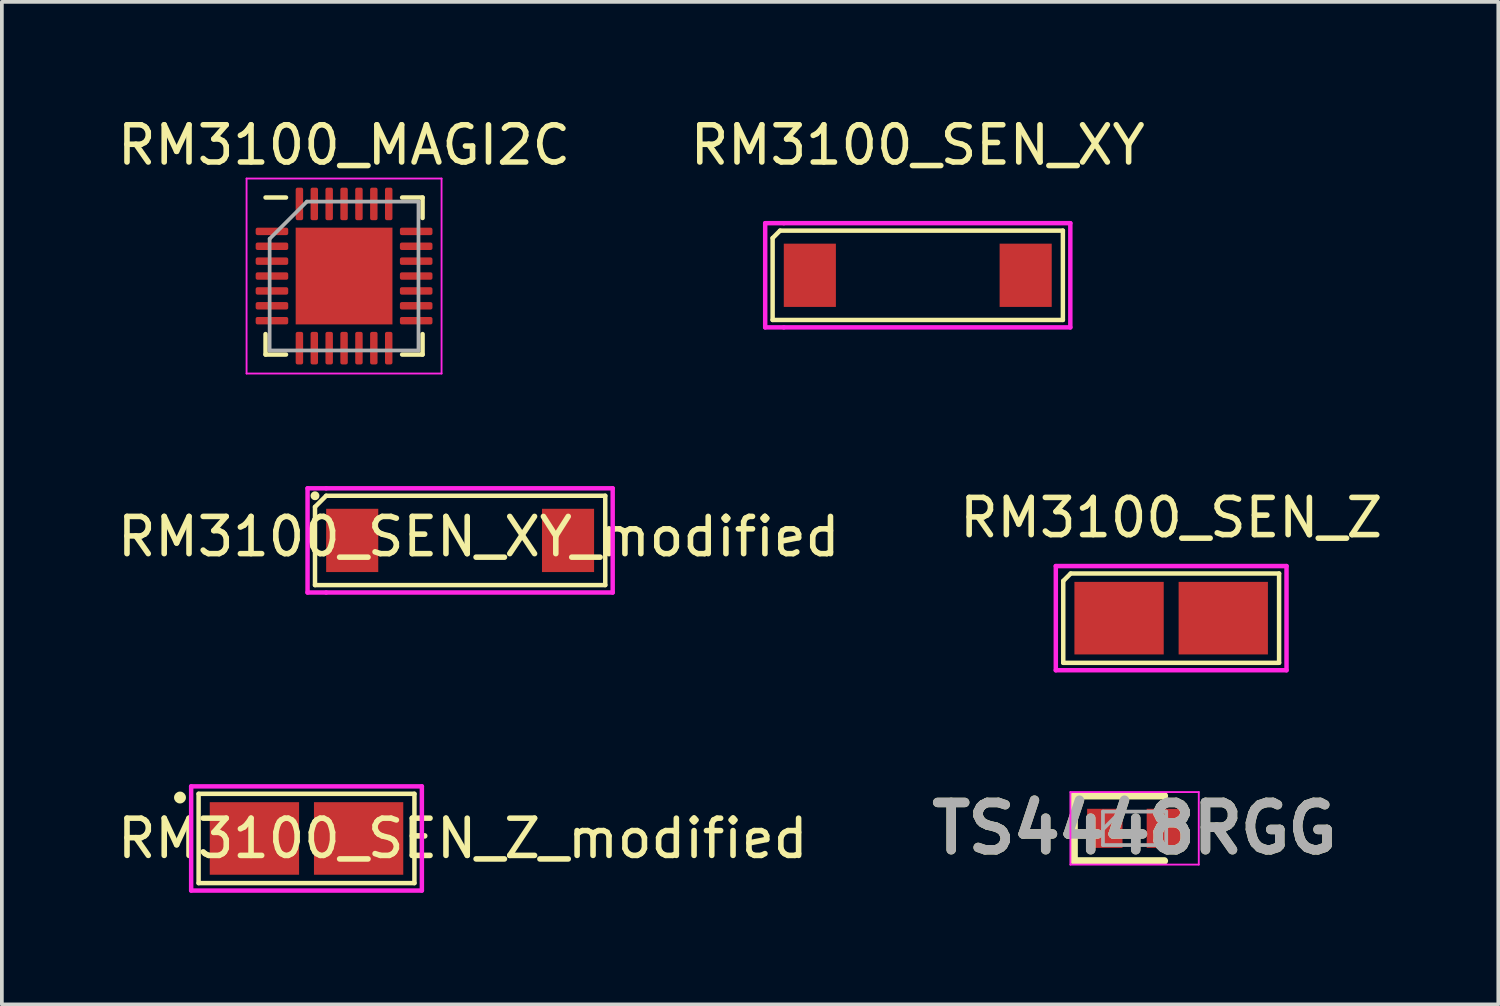
<source format=kicad_pcb>
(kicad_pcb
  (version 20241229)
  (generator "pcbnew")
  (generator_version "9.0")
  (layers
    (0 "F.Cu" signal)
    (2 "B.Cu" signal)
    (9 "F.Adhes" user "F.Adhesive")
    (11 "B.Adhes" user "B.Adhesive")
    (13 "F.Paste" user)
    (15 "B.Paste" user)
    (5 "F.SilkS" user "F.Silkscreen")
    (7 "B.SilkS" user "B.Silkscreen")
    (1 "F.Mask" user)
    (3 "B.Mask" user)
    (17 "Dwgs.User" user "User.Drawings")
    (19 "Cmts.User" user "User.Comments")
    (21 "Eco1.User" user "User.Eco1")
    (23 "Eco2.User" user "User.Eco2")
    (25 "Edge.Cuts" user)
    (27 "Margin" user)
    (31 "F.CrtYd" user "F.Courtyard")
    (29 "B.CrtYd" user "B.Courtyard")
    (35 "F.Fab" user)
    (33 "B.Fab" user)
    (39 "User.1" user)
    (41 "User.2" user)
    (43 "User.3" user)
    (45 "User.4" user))
  (footprint "RM3100_SEN_XY_modified"
    (layer "F.Cu")
    (at 9.315 11.473)
    (property "Reference" "RM3100_SEN_XY_modified" (at 0.5 -0.1 0) (layer "F.SilkS") (effects (font (size 1 1) (thickness 0.15))))
    (attr through_hole)
    (fp_poly (pts (xy -2.075 0.975) (xy -3.725 0.975) (xy -3.725 -0.975) (xy -2.075 -0.975)) (stroke (width 0) (type solid)) (fill yes) (layer "F.Mask"))
    (fp_poly (pts (xy 3.725 0.975) (xy 2.075 0.975) (xy 2.075 -0.975) (xy 3.725 -0.975)) (stroke (width 0) (type solid)) (fill yes) (layer "F.Mask"))
    (fp_line (start -3.9 -0.9) (end -3.6 -1.2) (stroke (width 0.12) (type solid)) (layer "F.SilkS"))
    (fp_line (start -3.9 1.2) (end -3.9 -0.9) (stroke (width 0.12) (type solid)) (layer "F.SilkS"))
    (fp_line (start -3.6 -1.2) (end 3.9 -1.2) (stroke (width 0.12) (type solid)) (layer "F.SilkS"))
    (fp_line (start 3.9 -1.2) (end 3.9 1.2) (stroke (width 0.12) (type solid)) (layer "F.SilkS"))
    (fp_line (start 3.9 1.2) (end -3.9 1.2) (stroke (width 0.12) (type solid)) (layer "F.SilkS"))
    (fp_circle (center -3.9 -1.2) (end -3.9 -1.2) (stroke (width 0.12) (type solid)) (fill no) (layer "F.SilkS"))
    (fp_poly (pts (xy -2.4 0.55) (xy -2.9 0.55) (xy -2.9 -0.55) (xy -2.4 -0.55)) (stroke (width 0.12) (type solid)) (fill yes) (layer "F.Paste"))
    (fp_poly (pts (xy 2.9 0.55) (xy 2.4 0.55) (xy 2.4 -0.55) (xy 2.9 -0.55)) (stroke (width 0.12) (type solid)) (fill yes) (layer "F.Paste"))
    (fp_line (start -4.1 -1.4) (end -3.6 -1.4) (stroke (width 0.12) (type solid)) (layer "F.CrtYd"))
    (fp_line (start -4.1 1.4) (end -4.1 -1.4) (stroke (width 0.12) (type solid)) (layer "F.CrtYd"))
    (fp_line (start -3.6 -1.4) (end 4.1 -1.4) (stroke (width 0.12) (type solid)) (layer "F.CrtYd"))
    (fp_line (start -3.6 1.4) (end -4.1 1.4) (stroke (width 0.12) (type solid)) (layer "F.CrtYd"))
    (fp_line (start 4.1 -1.4) (end 4.1 1.4) (stroke (width 0.12) (type solid)) (layer "F.CrtYd"))
    (fp_line (start 4.1 1.4) (end -3.6 1.4) (stroke (width 0.12) (type solid)) (layer "F.CrtYd"))
    (pad "1" smd rect (at -2.9 0) (size 1.4 1.7) (layers "F.Cu"))
    (pad "2" smd rect (at 2.9 0) (size 1.4 1.7) (layers "F.Cu")))
  (footprint "TS4448RGG"
    (layer "F.Cu")
    (at 27.44 19.21)
    (property "Reference" "TS4448RGG" (at 0 0 0) (layer "F.SilkS") (effects (font (size 1.27 1.27) (thickness 0.254))))
    (attr smd)
    (fp_line (start -1.625 -0.875) (end -1.625 0.875) (stroke (width 0.2) (type solid)) (layer "F.SilkS"))
    (fp_line (start -1.625 0.875) (end 0.8 0.875) (stroke (width 0.2) (type solid)) (layer "F.SilkS"))
    (fp_line (start 0.8 -0.875) (end -1.625 -0.875) (stroke (width 0.2) (type solid)) (layer "F.SilkS"))
    (fp_line (start -1.725 -0.975) (end 1.725 -0.975) (stroke (width 0.05) (type solid)) (layer "F.CrtYd"))
    (fp_line (start -1.725 0.975) (end -1.725 -0.975) (stroke (width 0.05) (type solid)) (layer "F.CrtYd"))
    (fp_line (start 1.725 -0.975) (end 1.725 0.975) (stroke (width 0.05) (type solid)) (layer "F.CrtYd"))
    (fp_line (start 1.725 0.975) (end -1.725 0.975) (stroke (width 0.05) (type solid)) (layer "F.CrtYd"))
    (fp_line (start -0.85 -0.45) (end 0.85 -0.45) (stroke (width 0.1) (type solid)) (layer "F.Fab"))
    (fp_line (start -0.85 0.025) (end -0.375 -0.45) (stroke (width 0.1) (type solid)) (layer "F.Fab"))
    (fp_line (start -0.85 0.45) (end -0.85 -0.45) (stroke (width 0.1) (type solid)) (layer "F.Fab"))
    (fp_line (start 0.85 -0.45) (end 0.85 0.45) (stroke (width 0.1) (type solid)) (layer "F.Fab"))
    (fp_line (start 0.85 0.45) (end -0.85 0.45) (stroke (width 0.1) (type solid)) (layer "F.Fab"))
    (fp_text user "${REFERENCE}" (at 0 0 0) (layer "F.Fab") (effects (font (size 1.27 1.27) (thickness 0.254))))
    (pad "1" smd rect (at -0.8 0) (size 0.95 1.05) (layers "F.Cu" "F.Mask" "F.Paste"))
    (pad "2" smd rect (at 0.8 0) (size 0.95 1.05) (layers "F.Cu" "F.Mask" "F.Paste")))
  (footprint "RM3100_SEN_Z"
    (layer "F.Cu")
    (at 28.423 13.562)
    (property "Reference" "RM3100_SEN_Z" (at 0 -2.7 0) (layer "F.SilkS") (effects (font (size 1 1) (thickness 0.15))))
    (attr through_hole)
    (fp_line (start -2.9 -1) (end -2.7 -1.2) (stroke (width 0.12) (type solid)) (layer "F.SilkS"))
    (fp_line (start -2.9 1.2) (end -2.9 -1) (stroke (width 0.12) (type solid)) (layer "F.SilkS"))
    (fp_line (start -2.7 -1.2) (end 2.9 -1.2) (stroke (width 0.12) (type solid)) (layer "F.SilkS"))
    (fp_line (start 2.9 -1.2) (end 2.9 1.2) (stroke (width 0.12) (type solid)) (layer "F.SilkS"))
    (fp_line (start 2.9 1.2) (end -2.9 1.2) (stroke (width 0.12) (type solid)) (layer "F.SilkS"))
    (fp_line (start -3.1 1.4) (end -3.1 -1.4) (stroke (width 0.12) (type solid)) (layer "F.CrtYd"))
    (fp_line (start -3.1 1.4) (end 3.1 1.4) (stroke (width 0.12) (type solid)) (layer "F.CrtYd"))
    (fp_line (start 3.1 -1.4) (end -3.1 -1.4) (stroke (width 0.12) (type solid)) (layer "F.CrtYd"))
    (fp_line (start 3.1 -1.4) (end 3.1 1.4) (stroke (width 0.12) (type solid)) (layer "F.CrtYd"))
    (pad "1" smd rect (at -1.4 0) (size 2.4 1.95) (layers "F.Cu" "F.Mask" "F.Paste"))
    (pad "2" smd rect (at 1.4 0) (size 2.4 1.95) (layers "F.Cu" "F.Mask" "F.Paste")))
  (footprint "RM3100_SEN_XY"
    (layer "F.Cu")
    (at 21.613 4.348)
    (property "Reference" "RM3100_SEN_XY" (at 0 -3.5 0) (layer "F.SilkS") (effects (font (size 1 1) (thickness 0.15))))
    (attr through_hole)
    (fp_line (start -3.9 -1) (end -3.7 -1.2) (stroke (width 0.12) (type solid)) (layer "F.SilkS"))
    (fp_line (start -3.9 1.2) (end -3.9 -1) (stroke (width 0.12) (type solid)) (layer "F.SilkS"))
    (fp_line (start -3.7 -1.2) (end 3.9 -1.2) (stroke (width 0.12) (type solid)) (layer "F.SilkS"))
    (fp_line (start 3.9 -1.2) (end 3.9 1.2) (stroke (width 0.12) (type solid)) (layer "F.SilkS"))
    (fp_line (start 3.9 1.2) (end -3.9 1.2) (stroke (width 0.12) (type solid)) (layer "F.SilkS"))
    (fp_line (start -4.1 -1.4) (end -3.6 -1.4) (stroke (width 0.12) (type solid)) (layer "F.CrtYd"))
    (fp_line (start -4.1 1.4) (end -4.1 -1.4) (stroke (width 0.12) (type solid)) (layer "F.CrtYd"))
    (fp_line (start -3.6 -1.4) (end 4.1 -1.4) (stroke (width 0.12) (type solid)) (layer "F.CrtYd"))
    (fp_line (start -3.6 1.4) (end -4.1 1.4) (stroke (width 0.12) (type solid)) (layer "F.CrtYd"))
    (fp_line (start 4.1 -1.4) (end 4.1 1.4) (stroke (width 0.12) (type solid)) (layer "F.CrtYd"))
    (fp_line (start 4.1 1.4) (end -3.6 1.4) (stroke (width 0.12) (type solid)) (layer "F.CrtYd"))
    (pad "1" smd rect (at -2.9 0) (size 1.4 1.7) (layers "F.Cu" "F.Mask" "F.Paste"))
    (pad "2" smd rect (at 2.9 0) (size 1.4 1.7) (layers "F.Cu" "F.Mask" "F.Paste")))
  (footprint "RM3100_MAGI2C"
    (layer "F.Cu")
    (at 6.196 4.368)
    (property "Reference" "RM3100_MAGI2C" (at 0 -3.52 0) (layer "F.SilkS") (effects (font (size 1 1) (thickness 0.15))))
    (attr through_hole)
    (fp_line (start -2.11 2.11) (end -2.11 1.56) (stroke (width 0.12) (type solid)) (layer "F.SilkS"))
    (fp_line (start -1.56 -2.11) (end -2.11 -2.11) (stroke (width 0.12) (type solid)) (layer "F.SilkS"))
    (fp_line (start -1.56 2.11) (end -2.11 2.11) (stroke (width 0.12) (type solid)) (layer "F.SilkS"))
    (fp_line (start 1.56 -2.11) (end 2.11 -2.11) (stroke (width 0.12) (type solid)) (layer "F.SilkS"))
    (fp_line (start 1.56 2.11) (end 2.11 2.11) (stroke (width 0.12) (type solid)) (layer "F.SilkS"))
    (fp_line (start 2.11 -2.11) (end 2.11 -1.56) (stroke (width 0.12) (type solid)) (layer "F.SilkS"))
    (fp_line (start 2.11 2.11) (end 2.11 1.56) (stroke (width 0.12) (type solid)) (layer "F.SilkS"))
    (fp_line (start -2.62 -2.62) (end -2.62 2.62) (stroke (width 0.05) (type solid)) (layer "F.CrtYd"))
    (fp_line (start -2.62 2.62) (end 2.62 2.62) (stroke (width 0.05) (type solid)) (layer "F.CrtYd"))
    (fp_line (start 2.62 -2.62) (end -2.62 -2.62) (stroke (width 0.05) (type solid)) (layer "F.CrtYd"))
    (fp_line (start 2.62 2.62) (end 2.62 -2.62) (stroke (width 0.05) (type solid)) (layer "F.CrtYd"))
    (fp_line (start -2 -1) (end -1 -2) (stroke (width 0.1) (type solid)) (layer "F.Fab"))
    (fp_line (start -2 2) (end -2 -1) (stroke (width 0.1) (type solid)) (layer "F.Fab"))
    (fp_line (start -1 -2) (end 2 -2) (stroke (width 0.1) (type solid)) (layer "F.Fab"))
    (fp_line (start 2 -2) (end 2 2) (stroke (width 0.1) (type solid)) (layer "F.Fab"))
    (fp_line (start 2 2) (end -2 2) (stroke (width 0.1) (type solid)) (layer "F.Fab"))
    (pad "" smd roundrect (at -0.65 -0.65) (size 1.05 1.05) (layers "F.Paste") (roundrect_rratio 0.238))
    (pad "" smd roundrect (at -0.65 0.65) (size 1.05 1.05) (layers "F.Paste") (roundrect_rratio 0.238))
    (pad "" smd roundrect (at 0.65 -0.65) (size 1.05 1.05) (layers "F.Paste") (roundrect_rratio 0.238))
    (pad "" smd roundrect (at 0.65 0.65) (size 1.05 1.05) (layers "F.Paste") (roundrect_rratio 0.238))
    (pad "1" smd roundrect (at -1.938 -1.2) (size 0.875 0.2) (layers "F.Cu" "F.Mask" "F.Paste") (roundrect_rratio 0.25))
    (pad "2" smd roundrect (at -1.938 -0.8) (size 0.875 0.2) (layers "F.Cu" "F.Mask" "F.Paste") (roundrect_rratio 0.25))
    (pad "3" smd roundrect (at -1.938 -0.4) (size 0.875 0.2) (layers "F.Cu" "F.Mask" "F.Paste") (roundrect_rratio 0.25))
    (pad "4" smd roundrect (at -1.938 0) (size 0.875 0.2) (layers "F.Cu" "F.Mask" "F.Paste") (roundrect_rratio 0.25))
    (pad "5" smd roundrect (at -1.938 0.4) (size 0.875 0.2) (layers "F.Cu" "F.Mask" "F.Paste") (roundrect_rratio 0.25))
    (pad "6" smd roundrect (at -1.938 0.8) (size 0.875 0.2) (layers "F.Cu" "F.Mask" "F.Paste") (roundrect_rratio 0.25))
    (pad "7" smd roundrect (at -1.938 1.2) (size 0.875 0.2) (layers "F.Cu" "F.Mask" "F.Paste") (roundrect_rratio 0.25))
    (pad "8" smd roundrect (at -1.2 1.938) (size 0.2 0.875) (layers "F.Cu" "F.Mask" "F.Paste") (roundrect_rratio 0.25))
    (pad "9" smd roundrect (at -0.8 1.938) (size 0.2 0.875) (layers "F.Cu" "F.Mask" "F.Paste") (roundrect_rratio 0.25))
    (pad "10" smd roundrect (at -0.4 1.938) (size 0.2 0.875) (layers "F.Cu" "F.Mask" "F.Paste") (roundrect_rratio 0.25))
    (pad "11" smd roundrect (at 0 1.938) (size 0.2 0.875) (layers "F.Cu" "F.Mask" "F.Paste") (roundrect_rratio 0.25))
    (pad "12" smd roundrect (at 0.4 1.938) (size 0.2 0.875) (layers "F.Cu" "F.Mask" "F.Paste") (roundrect_rratio 0.25))
    (pad "13" smd roundrect (at 0.8 1.938) (size 0.2 0.875) (layers "F.Cu" "F.Mask" "F.Paste") (roundrect_rratio 0.25))
    (pad "14" smd roundrect (at 1.2 1.938) (size 0.2 0.875) (layers "F.Cu" "F.Mask" "F.Paste") (roundrect_rratio 0.25))
    (pad "15" smd roundrect (at 1.938 1.2) (size 0.875 0.2) (layers "F.Cu" "F.Mask" "F.Paste") (roundrect_rratio 0.25))
    (pad "16" smd roundrect (at 1.938 0.8) (size 0.875 0.2) (layers "F.Cu" "F.Mask" "F.Paste") (roundrect_rratio 0.25))
    (pad "17" smd roundrect (at 1.938 0.4) (size 0.875 0.2) (layers "F.Cu" "F.Mask" "F.Paste") (roundrect_rratio 0.25))
    (pad "18" smd roundrect (at 1.938 0) (size 0.875 0.2) (layers "F.Cu" "F.Mask" "F.Paste") (roundrect_rratio 0.25))
    (pad "19" smd roundrect (at 1.938 -0.4) (size 0.875 0.2) (layers "F.Cu" "F.Mask" "F.Paste") (roundrect_rratio 0.25))
    (pad "20" smd roundrect (at 1.938 -0.8) (size 0.875 0.2) (layers "F.Cu" "F.Mask" "F.Paste") (roundrect_rratio 0.25))
    (pad "21" smd roundrect (at 1.938 -1.2) (size 0.875 0.2) (layers "F.Cu" "F.Mask" "F.Paste") (roundrect_rratio 0.25))
    (pad "22" smd roundrect (at 1.2 -1.938) (size 0.2 0.875) (layers "F.Cu" "F.Mask" "F.Paste") (roundrect_rratio 0.25))
    (pad "23" smd roundrect (at 0.8 -1.938) (size 0.2 0.875) (layers "F.Cu" "F.Mask" "F.Paste") (roundrect_rratio 0.25))
    (pad "24" smd roundrect (at 0.4 -1.938) (size 0.2 0.875) (layers "F.Cu" "F.Mask" "F.Paste") (roundrect_rratio 0.25))
    (pad "25" smd roundrect (at 0 -1.938) (size 0.2 0.875) (layers "F.Cu" "F.Mask" "F.Paste") (roundrect_rratio 0.25))
    (pad "26" smd roundrect (at -0.4 -1.938) (size 0.2 0.875) (layers "F.Cu" "F.Mask" "F.Paste") (roundrect_rratio 0.25))
    (pad "27" smd roundrect (at -0.8 -1.938) (size 0.2 0.875) (layers "F.Cu" "F.Mask" "F.Paste") (roundrect_rratio 0.25))
    (pad "28" smd roundrect (at -1.2 -1.938) (size 0.2 0.875) (layers "F.Cu" "F.Mask" "F.Paste") (roundrect_rratio 0.25))
    (pad "29" smd rect (at 0 0) (size 2.6 2.6) (layers "F.Cu" "F.Mask")))
  (footprint "RM3100_SEN_Z_modified"
    (layer "F.Cu")
    (at 5.187 19.482)
    (property "Reference" "RM3100_SEN_Z_modified" (at 4.2 0 0) (layer "F.SilkS") (effects (font (size 1 1) (thickness 0.15))))
    (attr through_hole)
    (fp_poly (pts (xy -0.075 1.1) (xy -2.725 1.1) (xy -2.725 -1.1) (xy -0.075 -1.1)) (stroke (width 0) (type solid)) (fill yes) (layer "F.Mask"))
    (fp_poly (pts (xy 2.725 1.1) (xy 0.075 1.1) (xy 0.075 -1.1) (xy 2.725 -1.1)) (stroke (width 0) (type solid)) (fill yes) (layer "F.Mask"))
    (fp_line (start -2.9 -1.2) (end 2.9 -1.2) (stroke (width 0.12) (type solid)) (layer "F.SilkS"))
    (fp_line (start -2.9 1.2) (end -2.9 -1.2) (stroke (width 0.12) (type solid)) (layer "F.SilkS"))
    (fp_line (start 2.9 -1.2) (end 2.9 1.2) (stroke (width 0.12) (type solid)) (layer "F.SilkS"))
    (fp_line (start 2.9 1.2) (end -2.9 1.2) (stroke (width 0.12) (type solid)) (layer "F.SilkS"))
    (fp_circle (center -3.4 -1.1) (end -3.4 -1.1) (stroke (width 0.12) (type solid)) (fill no) (layer "F.SilkS"))
    (fp_circle (center -3.4 -1.1) (end -3.4 -1) (stroke (width 0.12) (type solid)) (fill no) (layer "F.SilkS"))
    (fp_poly (pts (xy -0.2 0.65) (xy -1.86 0.65) (xy -1.86 -0.7) (xy -0.2 -0.7)) (stroke (width 0) (type solid)) (fill yes) (layer "F.Paste"))
    (fp_poly (pts (xy 1.86 0.65) (xy 0.2 0.65) (xy 0.2 -0.7) (xy 1.86 -0.7)) (stroke (width 0) (type solid)) (fill yes) (layer "F.Paste"))
    (fp_line (start -3.1 1.4) (end -3.1 -1.4) (stroke (width 0.12) (type solid)) (layer "F.CrtYd"))
    (fp_line (start -3.1 1.4) (end 3.1 1.4) (stroke (width 0.12) (type solid)) (layer "F.CrtYd"))
    (fp_line (start 3.1 -1.4) (end -3.1 -1.4) (stroke (width 0.12) (type solid)) (layer "F.CrtYd"))
    (fp_line (start 3.1 -1.4) (end 3.1 1.4) (stroke (width 0.12) (type solid)) (layer "F.CrtYd"))
    (pad "1" smd rect (at -1.4 0) (size 2.4 1.95) (layers "F.Cu"))
    (pad "2" smd rect (at 1.4 0) (size 2.4 1.95) (layers "F.Cu")))
  (gr_rect
    (start -3 -3)
    (end 37.214 23.942)
    (stroke (width 0.1) (type default))
    (fill no)
    (layer "Edge.Cuts")))
</source>
